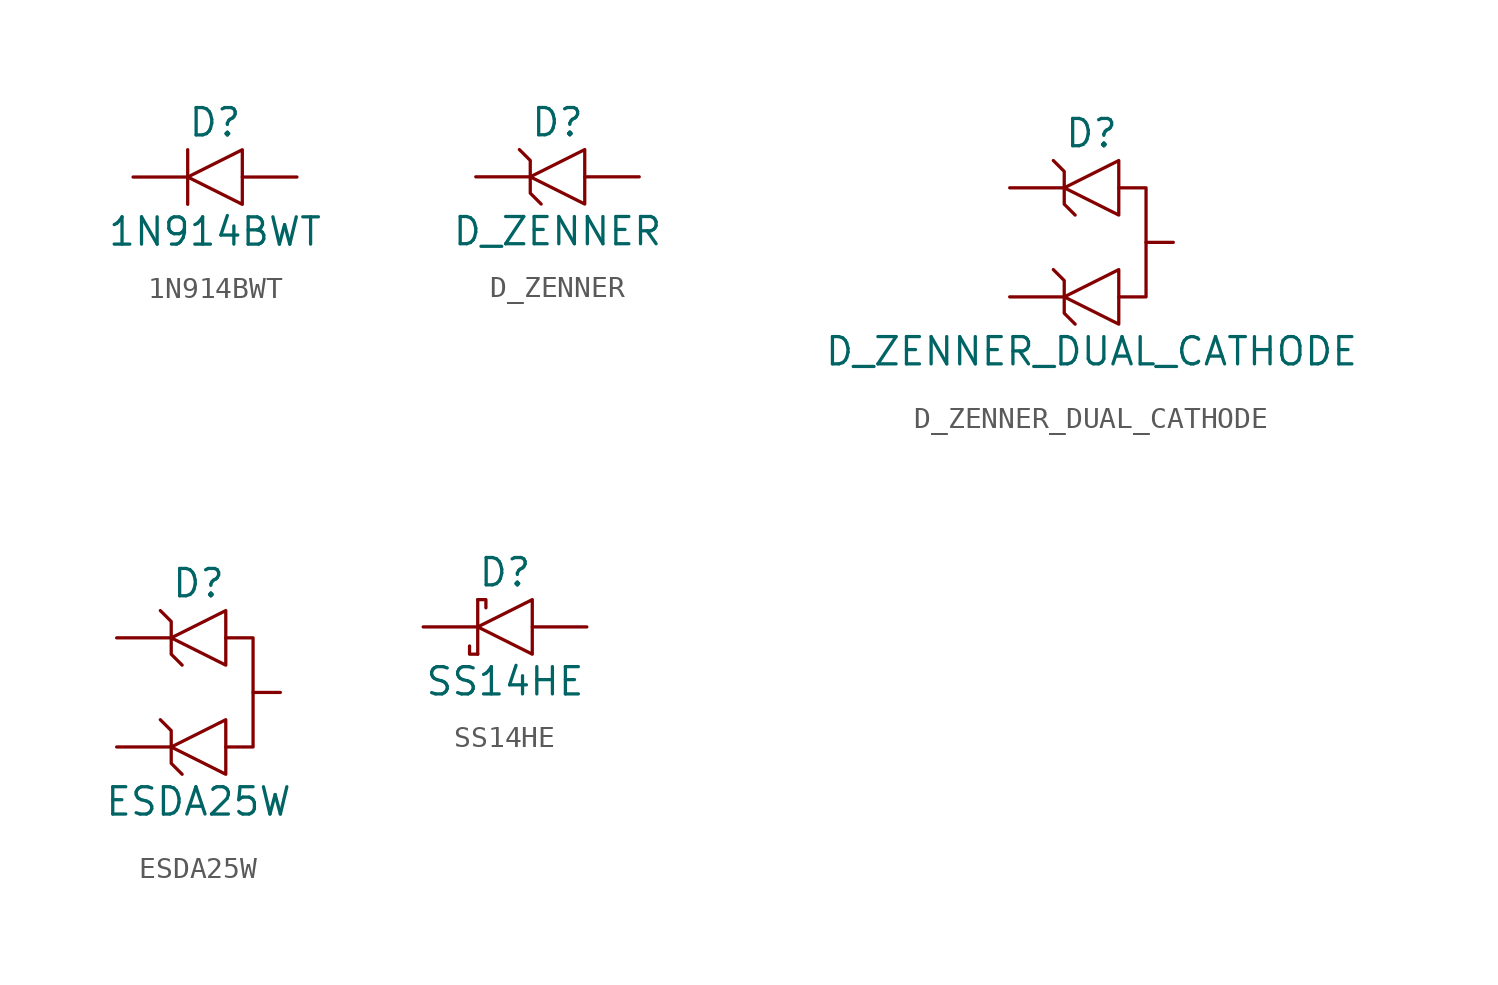
<source format=kicad_sym>
(kicad_symbol_lib
  (version 20220914)
  (generator kicad_symbol_editor)
  (symbol "1N914BWT"
    (pin_numbers hide)
    (pin_names
      (offset 1.016))
    (property "Reference" "D"
      (at 0 2.54 0)
      (effects (font (size 1.27 1.27))))
    (property "Value" "1N914BWT"
      (at 0 -2.54 0)
      (effects (font (size 1.27 1.27))))
    (symbol "1N914BWT_0_1"
      (polyline (pts (xy -1.27 1.27) (xy -1.27 -1.27)) (stroke (width 0) (type solid)) (fill (type none)))
      (polyline (pts (xy -1.27 0) (xy 1.27 1.27) (xy 1.27 -1.27) (xy -1.27 0)) (stroke (width 0) (type solid)) (fill (type none))))
    (symbol "1N914BWT_1_1"
      (pin passive line (at -3.81 0 0) (length 2.54) (name "~" (effects (font (size 1.27 1.27)))) (number "1" (effects (font (size 1.27 1.27)))))
      (pin passive line (at 3.81 0 180) (length 2.54) (name "~" (effects (font (size 1.27 1.27)))) (number "2" (effects (font (size 1.27 1.27)))))))
  (symbol "D_ZENNER"
    (pin_numbers hide)
    (pin_names
      (offset 1.016))
    (property "Reference" "D"
      (at 0 2.54 0)
      (effects (font (size 1.27 1.27))))
    (property "Value" "D_ZENNER"
      (at 0 -2.54 0)
      (effects (font (size 1.27 1.27))))
    (symbol "D_ZENNER_0_1"
      (polyline (pts (xy -1.27 0) (xy -1.27 -0.762) (xy -0.762 -1.27)) (stroke (width 0) (type solid)) (fill (type none)))
      (polyline (pts (xy -1.27 0) (xy -1.27 0.762) (xy -1.778 1.27)) (stroke (width 0) (type solid)) (fill (type none)))
      (polyline (pts (xy -1.27 0) (xy 1.27 1.27) (xy 1.27 -1.27) (xy -1.27 0)) (stroke (width 0) (type solid)) (fill (type none))))
    (symbol "D_ZENNER_1_1"
      (pin passive line (at -3.81 0 0) (length 2.54) (name "~" (effects (font (size 1.27 1.27)))) (number "1" (effects (font (size 1.27 1.27)))))
      (pin passive line (at 3.81 0 180) (length 2.54) (name "~" (effects (font (size 1.27 1.27)))) (number "2" (effects (font (size 1.27 1.27)))))))
  (symbol "D_ZENNER_DUAL_CATHODE"
    (pin_numbers hide)
    (pin_names
      (offset 1.016))
    (property "Reference" "D"
      (at 0 2.54 0)
      (effects (font (size 1.27 1.27))))
    (property "Value" "D_ZENNER_DUAL_CATHODE"
      (at 0 -7.62 0)
      (effects (font (size 1.27 1.27))))
    (symbol "D_ZENNER_DUAL_CATHODE_0_1"
      (polyline (pts (xy -1.27 0) (xy -1.27 -0.762) (xy -0.762 -1.27)) (stroke (width 0) (type solid)) (fill (type none)))
      (polyline (pts (xy -1.27 0) (xy -1.27 0.762) (xy -1.778 1.27)) (stroke (width 0) (type solid)) (fill (type none)))
      (polyline (pts (xy -1.27 0) (xy 1.27 1.27) (xy 1.27 -1.27) (xy -1.27 0)) (stroke (width 0) (type solid)) (fill (type none)))
      (polyline (pts (xy 1.27 -5.08) (xy 2.54 -5.08) (xy 2.54 0) (xy 1.27 0)) (stroke (width 0) (type solid)) (fill (type none))))
    (symbol "D_ZENNER_DUAL_CATHODE_1_1"
      (polyline (pts (xy -1.27 -5.08) (xy -1.27 -5.842) (xy -0.762 -6.35)) (stroke (width 0) (type solid)) (fill (type none)))
      (polyline (pts (xy -1.27 -5.08) (xy -1.27 -4.318) (xy -1.778 -3.81)) (stroke (width 0) (type solid)) (fill (type none)))
      (polyline (pts (xy -1.27 -5.08) (xy 1.27 -3.81) (xy 1.27 -6.35) (xy -1.27 -5.08)) (stroke (width 0) (type solid)) (fill (type none)))
      (pin passive line (at -3.81 0 0) (length 2.54) (name "~" (effects (font (size 1.27 1.27)))) (number "1" (effects (font (size 1.27 1.27)))))
      (pin passive line (at -3.81 -5.08 0) (length 2.54) (name "~" (effects (font (size 1.27 1.27)))) (number "2" (effects (font (size 1.27 1.27)))))
      (pin passive line (at 3.81 -2.54 180) (length 1.27) (name "~" (effects (font (size 1.27 1.27)))) (number "3" (effects (font (size 1.27 1.27)))))))
  (symbol "ESDA25W"
    (pin_numbers hide)
    (pin_names
      (offset 1.016))
    (property "Reference" "D"
      (at 0 2.54 0)
      (effects (font (size 1.27 1.27))))
    (property "Value" "ESDA25W"
      (at 0 -7.62 0)
      (effects (font (size 1.27 1.27))))
    (symbol "ESDA25W_0_1"
      (polyline (pts (xy -1.27 0) (xy -1.27 -0.762) (xy -0.762 -1.27)) (stroke (width 0) (type solid)) (fill (type none)))
      (polyline (pts (xy -1.27 0) (xy -1.27 0.762) (xy -1.778 1.27)) (stroke (width 0) (type solid)) (fill (type none)))
      (polyline (pts (xy -1.27 0) (xy 1.27 1.27) (xy 1.27 -1.27) (xy -1.27 0)) (stroke (width 0) (type solid)) (fill (type none)))
      (polyline (pts (xy 1.27 -5.08) (xy 2.54 -5.08) (xy 2.54 0) (xy 1.27 0)) (stroke (width 0) (type solid)) (fill (type none))))
    (symbol "ESDA25W_1_1"
      (polyline (pts (xy -1.27 -5.08) (xy -1.27 -5.842) (xy -0.762 -6.35)) (stroke (width 0) (type solid)) (fill (type none)))
      (polyline (pts (xy -1.27 -5.08) (xy -1.27 -4.318) (xy -1.778 -3.81)) (stroke (width 0) (type solid)) (fill (type none)))
      (polyline (pts (xy -1.27 -5.08) (xy 1.27 -3.81) (xy 1.27 -6.35) (xy -1.27 -5.08)) (stroke (width 0) (type solid)) (fill (type none)))
      (pin passive line (at -3.81 0 0) (length 2.54) (name "~" (effects (font (size 1.27 1.27)))) (number "1" (effects (font (size 1.27 1.27)))))
      (pin passive line (at -3.81 -5.08 0) (length 2.54) (name "~" (effects (font (size 1.27 1.27)))) (number "2" (effects (font (size 1.27 1.27)))))
      (pin passive line (at 3.81 -2.54 180) (length 1.27) (name "~" (effects (font (size 1.27 1.27)))) (number "3" (effects (font (size 1.27 1.27)))))))
  (symbol "SS14HE"
    (pin_numbers hide)
    (pin_names
      (offset 1.016))
    (property "Reference" "D"
      (at 0 2.54 0)
      (effects (font (size 1.27 1.27))))
    (property "Value" "SS14HE"
      (at 0 -2.54 0)
      (effects (font (size 1.27 1.27))))
    (symbol "SS14HE_0_1"
      (polyline (pts (xy -1.27 1.27) (xy -1.27 -1.27)) (stroke (width 0) (type solid)) (fill (type none)))
      (polyline (pts (xy -1.27 -1.27) (xy -1.651 -1.27) (xy -1.651 -0.889)) (stroke (width 0) (type solid)) (fill (type none)))
      (polyline (pts (xy -1.27 1.27) (xy -0.889 1.27) (xy -0.889 0.889)) (stroke (width 0) (type solid)) (fill (type none)))
      (polyline (pts (xy -1.27 0) (xy 1.27 1.27) (xy 1.27 -1.27) (xy -1.27 0)) (stroke (width 0) (type solid)) (fill (type none))))
    (symbol "SS14HE_1_1"
      (pin passive line (at -3.81 0 0) (length 2.54) (name "~" (effects (font (size 1.27 1.27)))) (number "1" (effects (font (size 1.27 1.27)))))
      (pin passive line (at 3.81 0 180) (length 2.54) (name "~" (effects (font (size 1.27 1.27)))) (number "2" (effects (font (size 1.27 1.27))))))))
</source>
